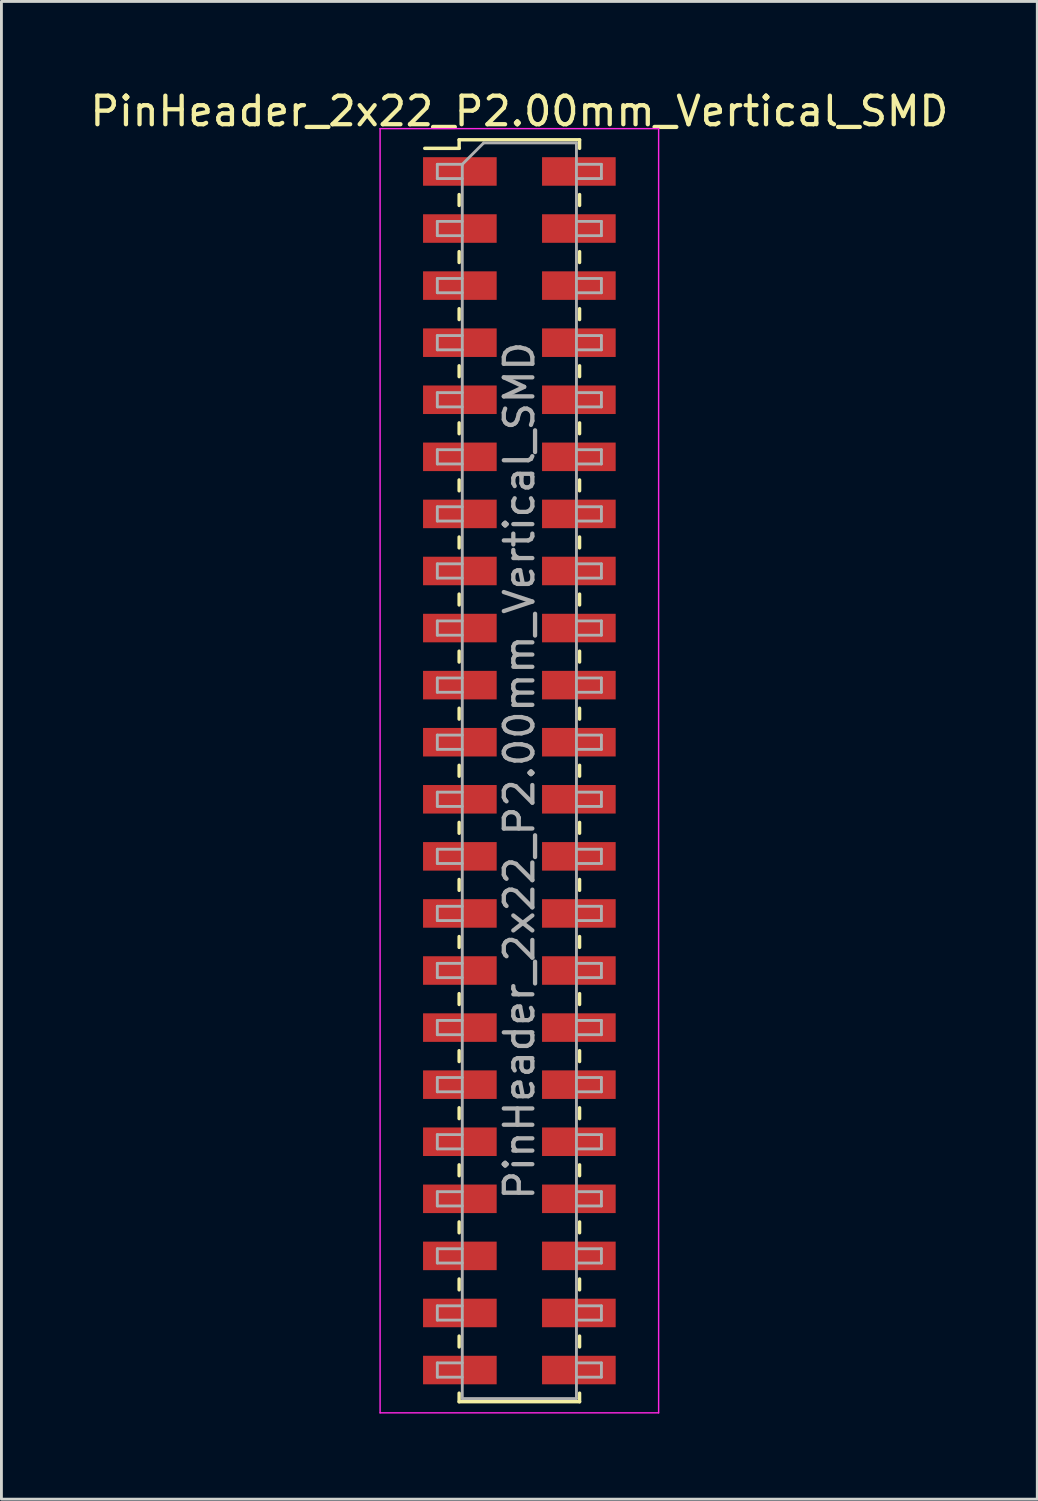
<source format=kicad_pcb>
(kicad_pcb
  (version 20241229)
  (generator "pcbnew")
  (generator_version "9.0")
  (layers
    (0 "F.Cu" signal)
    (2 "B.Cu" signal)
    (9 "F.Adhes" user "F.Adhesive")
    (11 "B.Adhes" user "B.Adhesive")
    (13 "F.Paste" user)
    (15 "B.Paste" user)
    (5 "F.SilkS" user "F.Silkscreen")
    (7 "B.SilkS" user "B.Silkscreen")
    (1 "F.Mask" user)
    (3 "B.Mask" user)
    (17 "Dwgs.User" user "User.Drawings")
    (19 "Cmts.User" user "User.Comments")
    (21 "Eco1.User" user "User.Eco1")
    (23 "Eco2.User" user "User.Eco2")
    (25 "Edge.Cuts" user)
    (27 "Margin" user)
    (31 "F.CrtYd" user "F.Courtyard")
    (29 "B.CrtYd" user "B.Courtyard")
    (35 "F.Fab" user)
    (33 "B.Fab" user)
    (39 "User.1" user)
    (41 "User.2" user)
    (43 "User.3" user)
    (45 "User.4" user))
  (footprint "PinHeader_2x22_P2.00mm_Vertical_SMD"
    (layer "F.Cu")
    (at 15.149 23.958)
    (property "Reference" "PinHeader_2x22_P2.00mm_Vertical_SMD" (at 0 -23.11 0) (layer "F.SilkS") (effects (font (size 1 1) (thickness 0.15))))
    (attr smd)
    (fp_line (start -3.315 -21.81) (end -2.11 -21.81) (stroke (width 0.12) (type solid)) (layer "F.SilkS"))
    (fp_line (start -2.11 -22.11) (end -2.11 -21.81) (stroke (width 0.12) (type solid)) (layer "F.SilkS"))
    (fp_line (start -2.11 -22.11) (end 2.11 -22.11) (stroke (width 0.12) (type solid)) (layer "F.SilkS"))
    (fp_line (start -2.11 -20.19) (end -2.11 -19.81) (stroke (width 0.12) (type solid)) (layer "F.SilkS"))
    (fp_line (start -2.11 -18.19) (end -2.11 -17.81) (stroke (width 0.12) (type solid)) (layer "F.SilkS"))
    (fp_line (start -2.11 -16.19) (end -2.11 -15.81) (stroke (width 0.12) (type solid)) (layer "F.SilkS"))
    (fp_line (start -2.11 -14.19) (end -2.11 -13.81) (stroke (width 0.12) (type solid)) (layer "F.SilkS"))
    (fp_line (start -2.11 -12.19) (end -2.11 -11.81) (stroke (width 0.12) (type solid)) (layer "F.SilkS"))
    (fp_line (start -2.11 -10.19) (end -2.11 -9.81) (stroke (width 0.12) (type solid)) (layer "F.SilkS"))
    (fp_line (start -2.11 -8.19) (end -2.11 -7.81) (stroke (width 0.12) (type solid)) (layer "F.SilkS"))
    (fp_line (start -2.11 -6.19) (end -2.11 -5.81) (stroke (width 0.12) (type solid)) (layer "F.SilkS"))
    (fp_line (start -2.11 -4.19) (end -2.11 -3.81) (stroke (width 0.12) (type solid)) (layer "F.SilkS"))
    (fp_line (start -2.11 -2.19) (end -2.11 -1.81) (stroke (width 0.12) (type solid)) (layer "F.SilkS"))
    (fp_line (start -2.11 -0.19) (end -2.11 0.19) (stroke (width 0.12) (type solid)) (layer "F.SilkS"))
    (fp_line (start -2.11 1.81) (end -2.11 2.19) (stroke (width 0.12) (type solid)) (layer "F.SilkS"))
    (fp_line (start -2.11 3.81) (end -2.11 4.19) (stroke (width 0.12) (type solid)) (layer "F.SilkS"))
    (fp_line (start -2.11 5.81) (end -2.11 6.19) (stroke (width 0.12) (type solid)) (layer "F.SilkS"))
    (fp_line (start -2.11 7.81) (end -2.11 8.19) (stroke (width 0.12) (type solid)) (layer "F.SilkS"))
    (fp_line (start -2.11 9.81) (end -2.11 10.19) (stroke (width 0.12) (type solid)) (layer "F.SilkS"))
    (fp_line (start -2.11 11.81) (end -2.11 12.19) (stroke (width 0.12) (type solid)) (layer "F.SilkS"))
    (fp_line (start -2.11 13.81) (end -2.11 14.19) (stroke (width 0.12) (type solid)) (layer "F.SilkS"))
    (fp_line (start -2.11 15.81) (end -2.11 16.19) (stroke (width 0.12) (type solid)) (layer "F.SilkS"))
    (fp_line (start -2.11 17.81) (end -2.11 18.19) (stroke (width 0.12) (type solid)) (layer "F.SilkS"))
    (fp_line (start -2.11 19.81) (end -2.11 20.19) (stroke (width 0.12) (type solid)) (layer "F.SilkS"))
    (fp_line (start -2.11 21.81) (end -2.11 22.11) (stroke (width 0.12) (type solid)) (layer "F.SilkS"))
    (fp_line (start -2.11 22.11) (end 2.11 22.11) (stroke (width 0.12) (type solid)) (layer "F.SilkS"))
    (fp_line (start 2.11 -22.11) (end 2.11 -21.81) (stroke (width 0.12) (type solid)) (layer "F.SilkS"))
    (fp_line (start 2.11 -20.19) (end 2.11 -19.81) (stroke (width 0.12) (type solid)) (layer "F.SilkS"))
    (fp_line (start 2.11 -18.19) (end 2.11 -17.81) (stroke (width 0.12) (type solid)) (layer "F.SilkS"))
    (fp_line (start 2.11 -16.19) (end 2.11 -15.81) (stroke (width 0.12) (type solid)) (layer "F.SilkS"))
    (fp_line (start 2.11 -14.19) (end 2.11 -13.81) (stroke (width 0.12) (type solid)) (layer "F.SilkS"))
    (fp_line (start 2.11 -12.19) (end 2.11 -11.81) (stroke (width 0.12) (type solid)) (layer "F.SilkS"))
    (fp_line (start 2.11 -10.19) (end 2.11 -9.81) (stroke (width 0.12) (type solid)) (layer "F.SilkS"))
    (fp_line (start 2.11 -8.19) (end 2.11 -7.81) (stroke (width 0.12) (type solid)) (layer "F.SilkS"))
    (fp_line (start 2.11 -6.19) (end 2.11 -5.81) (stroke (width 0.12) (type solid)) (layer "F.SilkS"))
    (fp_line (start 2.11 -4.19) (end 2.11 -3.81) (stroke (width 0.12) (type solid)) (layer "F.SilkS"))
    (fp_line (start 2.11 -2.19) (end 2.11 -1.81) (stroke (width 0.12) (type solid)) (layer "F.SilkS"))
    (fp_line (start 2.11 -0.19) (end 2.11 0.19) (stroke (width 0.12) (type solid)) (layer "F.SilkS"))
    (fp_line (start 2.11 1.81) (end 2.11 2.19) (stroke (width 0.12) (type solid)) (layer "F.SilkS"))
    (fp_line (start 2.11 3.81) (end 2.11 4.19) (stroke (width 0.12) (type solid)) (layer "F.SilkS"))
    (fp_line (start 2.11 5.81) (end 2.11 6.19) (stroke (width 0.12) (type solid)) (layer "F.SilkS"))
    (fp_line (start 2.11 7.81) (end 2.11 8.19) (stroke (width 0.12) (type solid)) (layer "F.SilkS"))
    (fp_line (start 2.11 9.81) (end 2.11 10.19) (stroke (width 0.12) (type solid)) (layer "F.SilkS"))
    (fp_line (start 2.11 11.81) (end 2.11 12.19) (stroke (width 0.12) (type solid)) (layer "F.SilkS"))
    (fp_line (start 2.11 13.81) (end 2.11 14.19) (stroke (width 0.12) (type solid)) (layer "F.SilkS"))
    (fp_line (start 2.11 15.81) (end 2.11 16.19) (stroke (width 0.12) (type solid)) (layer "F.SilkS"))
    (fp_line (start 2.11 17.81) (end 2.11 18.19) (stroke (width 0.12) (type solid)) (layer "F.SilkS"))
    (fp_line (start 2.11 19.81) (end 2.11 20.19) (stroke (width 0.12) (type solid)) (layer "F.SilkS"))
    (fp_line (start 2.11 21.81) (end 2.11 22.11) (stroke (width 0.12) (type solid)) (layer "F.SilkS"))
    (fp_line (start -4.88 -22.5) (end -4.88 22.5) (stroke (width 0.05) (type solid)) (layer "F.CrtYd"))
    (fp_line (start -4.88 22.5) (end 4.88 22.5) (stroke (width 0.05) (type solid)) (layer "F.CrtYd"))
    (fp_line (start 4.88 -22.5) (end -4.88 -22.5) (stroke (width 0.05) (type solid)) (layer "F.CrtYd"))
    (fp_line (start 4.88 22.5) (end 4.88 -22.5) (stroke (width 0.05) (type solid)) (layer "F.CrtYd"))
    (fp_line (start -2.875 -21.25) (end -2.875 -20.75) (stroke (width 0.1) (type solid)) (layer "F.Fab"))
    (fp_line (start -2.875 -20.75) (end -2 -20.75) (stroke (width 0.1) (type solid)) (layer "F.Fab"))
    (fp_line (start -2.875 -19.25) (end -2.875 -18.75) (stroke (width 0.1) (type solid)) (layer "F.Fab"))
    (fp_line (start -2.875 -18.75) (end -2 -18.75) (stroke (width 0.1) (type solid)) (layer "F.Fab"))
    (fp_line (start -2.875 -17.25) (end -2.875 -16.75) (stroke (width 0.1) (type solid)) (layer "F.Fab"))
    (fp_line (start -2.875 -16.75) (end -2 -16.75) (stroke (width 0.1) (type solid)) (layer "F.Fab"))
    (fp_line (start -2.875 -15.25) (end -2.875 -14.75) (stroke (width 0.1) (type solid)) (layer "F.Fab"))
    (fp_line (start -2.875 -14.75) (end -2 -14.75) (stroke (width 0.1) (type solid)) (layer "F.Fab"))
    (fp_line (start -2.875 -13.25) (end -2.875 -12.75) (stroke (width 0.1) (type solid)) (layer "F.Fab"))
    (fp_line (start -2.875 -12.75) (end -2 -12.75) (stroke (width 0.1) (type solid)) (layer "F.Fab"))
    (fp_line (start -2.875 -11.25) (end -2.875 -10.75) (stroke (width 0.1) (type solid)) (layer "F.Fab"))
    (fp_line (start -2.875 -10.75) (end -2 -10.75) (stroke (width 0.1) (type solid)) (layer "F.Fab"))
    (fp_line (start -2.875 -9.25) (end -2.875 -8.75) (stroke (width 0.1) (type solid)) (layer "F.Fab"))
    (fp_line (start -2.875 -8.75) (end -2 -8.75) (stroke (width 0.1) (type solid)) (layer "F.Fab"))
    (fp_line (start -2.875 -7.25) (end -2.875 -6.75) (stroke (width 0.1) (type solid)) (layer "F.Fab"))
    (fp_line (start -2.875 -6.75) (end -2 -6.75) (stroke (width 0.1) (type solid)) (layer "F.Fab"))
    (fp_line (start -2.875 -5.25) (end -2.875 -4.75) (stroke (width 0.1) (type solid)) (layer "F.Fab"))
    (fp_line (start -2.875 -4.75) (end -2 -4.75) (stroke (width 0.1) (type solid)) (layer "F.Fab"))
    (fp_line (start -2.875 -3.25) (end -2.875 -2.75) (stroke (width 0.1) (type solid)) (layer "F.Fab"))
    (fp_line (start -2.875 -2.75) (end -2 -2.75) (stroke (width 0.1) (type solid)) (layer "F.Fab"))
    (fp_line (start -2.875 -1.25) (end -2.875 -0.75) (stroke (width 0.1) (type solid)) (layer "F.Fab"))
    (fp_line (start -2.875 -0.75) (end -2 -0.75) (stroke (width 0.1) (type solid)) (layer "F.Fab"))
    (fp_line (start -2.875 0.75) (end -2.875 1.25) (stroke (width 0.1) (type solid)) (layer "F.Fab"))
    (fp_line (start -2.875 1.25) (end -2 1.25) (stroke (width 0.1) (type solid)) (layer "F.Fab"))
    (fp_line (start -2.875 2.75) (end -2.875 3.25) (stroke (width 0.1) (type solid)) (layer "F.Fab"))
    (fp_line (start -2.875 3.25) (end -2 3.25) (stroke (width 0.1) (type solid)) (layer "F.Fab"))
    (fp_line (start -2.875 4.75) (end -2.875 5.25) (stroke (width 0.1) (type solid)) (layer "F.Fab"))
    (fp_line (start -2.875 5.25) (end -2 5.25) (stroke (width 0.1) (type solid)) (layer "F.Fab"))
    (fp_line (start -2.875 6.75) (end -2.875 7.25) (stroke (width 0.1) (type solid)) (layer "F.Fab"))
    (fp_line (start -2.875 7.25) (end -2 7.25) (stroke (width 0.1) (type solid)) (layer "F.Fab"))
    (fp_line (start -2.875 8.75) (end -2.875 9.25) (stroke (width 0.1) (type solid)) (layer "F.Fab"))
    (fp_line (start -2.875 9.25) (end -2 9.25) (stroke (width 0.1) (type solid)) (layer "F.Fab"))
    (fp_line (start -2.875 10.75) (end -2.875 11.25) (stroke (width 0.1) (type solid)) (layer "F.Fab"))
    (fp_line (start -2.875 11.25) (end -2 11.25) (stroke (width 0.1) (type solid)) (layer "F.Fab"))
    (fp_line (start -2.875 12.75) (end -2.875 13.25) (stroke (width 0.1) (type solid)) (layer "F.Fab"))
    (fp_line (start -2.875 13.25) (end -2 13.25) (stroke (width 0.1) (type solid)) (layer "F.Fab"))
    (fp_line (start -2.875 14.75) (end -2.875 15.25) (stroke (width 0.1) (type solid)) (layer "F.Fab"))
    (fp_line (start -2.875 15.25) (end -2 15.25) (stroke (width 0.1) (type solid)) (layer "F.Fab"))
    (fp_line (start -2.875 16.75) (end -2.875 17.25) (stroke (width 0.1) (type solid)) (layer "F.Fab"))
    (fp_line (start -2.875 17.25) (end -2 17.25) (stroke (width 0.1) (type solid)) (layer "F.Fab"))
    (fp_line (start -2.875 18.75) (end -2.875 19.25) (stroke (width 0.1) (type solid)) (layer "F.Fab"))
    (fp_line (start -2.875 19.25) (end -2 19.25) (stroke (width 0.1) (type solid)) (layer "F.Fab"))
    (fp_line (start -2.875 20.75) (end -2.875 21.25) (stroke (width 0.1) (type solid)) (layer "F.Fab"))
    (fp_line (start -2.875 21.25) (end -2 21.25) (stroke (width 0.1) (type solid)) (layer "F.Fab"))
    (fp_line (start -2 -21.25) (end -2.875 -21.25) (stroke (width 0.1) (type solid)) (layer "F.Fab"))
    (fp_line (start -2 -21.25) (end -1.25 -22) (stroke (width 0.1) (type solid)) (layer "F.Fab"))
    (fp_line (start -2 -19.25) (end -2.875 -19.25) (stroke (width 0.1) (type solid)) (layer "F.Fab"))
    (fp_line (start -2 -17.25) (end -2.875 -17.25) (stroke (width 0.1) (type solid)) (layer "F.Fab"))
    (fp_line (start -2 -15.25) (end -2.875 -15.25) (stroke (width 0.1) (type solid)) (layer "F.Fab"))
    (fp_line (start -2 -13.25) (end -2.875 -13.25) (stroke (width 0.1) (type solid)) (layer "F.Fab"))
    (fp_line (start -2 -11.25) (end -2.875 -11.25) (stroke (width 0.1) (type solid)) (layer "F.Fab"))
    (fp_line (start -2 -9.25) (end -2.875 -9.25) (stroke (width 0.1) (type solid)) (layer "F.Fab"))
    (fp_line (start -2 -7.25) (end -2.875 -7.25) (stroke (width 0.1) (type solid)) (layer "F.Fab"))
    (fp_line (start -2 -5.25) (end -2.875 -5.25) (stroke (width 0.1) (type solid)) (layer "F.Fab"))
    (fp_line (start -2 -3.25) (end -2.875 -3.25) (stroke (width 0.1) (type solid)) (layer "F.Fab"))
    (fp_line (start -2 -1.25) (end -2.875 -1.25) (stroke (width 0.1) (type solid)) (layer "F.Fab"))
    (fp_line (start -2 0.75) (end -2.875 0.75) (stroke (width 0.1) (type solid)) (layer "F.Fab"))
    (fp_line (start -2 2.75) (end -2.875 2.75) (stroke (width 0.1) (type solid)) (layer "F.Fab"))
    (fp_line (start -2 4.75) (end -2.875 4.75) (stroke (width 0.1) (type solid)) (layer "F.Fab"))
    (fp_line (start -2 6.75) (end -2.875 6.75) (stroke (width 0.1) (type solid)) (layer "F.Fab"))
    (fp_line (start -2 8.75) (end -2.875 8.75) (stroke (width 0.1) (type solid)) (layer "F.Fab"))
    (fp_line (start -2 10.75) (end -2.875 10.75) (stroke (width 0.1) (type solid)) (layer "F.Fab"))
    (fp_line (start -2 12.75) (end -2.875 12.75) (stroke (width 0.1) (type solid)) (layer "F.Fab"))
    (fp_line (start -2 14.75) (end -2.875 14.75) (stroke (width 0.1) (type solid)) (layer "F.Fab"))
    (fp_line (start -2 16.75) (end -2.875 16.75) (stroke (width 0.1) (type solid)) (layer "F.Fab"))
    (fp_line (start -2 18.75) (end -2.875 18.75) (stroke (width 0.1) (type solid)) (layer "F.Fab"))
    (fp_line (start -2 20.75) (end -2.875 20.75) (stroke (width 0.1) (type solid)) (layer "F.Fab"))
    (fp_line (start -2 22) (end -2 -21.25) (stroke (width 0.1) (type solid)) (layer "F.Fab"))
    (fp_line (start -1.25 -22) (end 2 -22) (stroke (width 0.1) (type solid)) (layer "F.Fab"))
    (fp_line (start 2 -22) (end 2 22) (stroke (width 0.1) (type solid)) (layer "F.Fab"))
    (fp_line (start 2 -21.25) (end 2.875 -21.25) (stroke (width 0.1) (type solid)) (layer "F.Fab"))
    (fp_line (start 2 -19.25) (end 2.875 -19.25) (stroke (width 0.1) (type solid)) (layer "F.Fab"))
    (fp_line (start 2 -17.25) (end 2.875 -17.25) (stroke (width 0.1) (type solid)) (layer "F.Fab"))
    (fp_line (start 2 -15.25) (end 2.875 -15.25) (stroke (width 0.1) (type solid)) (layer "F.Fab"))
    (fp_line (start 2 -13.25) (end 2.875 -13.25) (stroke (width 0.1) (type solid)) (layer "F.Fab"))
    (fp_line (start 2 -11.25) (end 2.875 -11.25) (stroke (width 0.1) (type solid)) (layer "F.Fab"))
    (fp_line (start 2 -9.25) (end 2.875 -9.25) (stroke (width 0.1) (type solid)) (layer "F.Fab"))
    (fp_line (start 2 -7.25) (end 2.875 -7.25) (stroke (width 0.1) (type solid)) (layer "F.Fab"))
    (fp_line (start 2 -5.25) (end 2.875 -5.25) (stroke (width 0.1) (type solid)) (layer "F.Fab"))
    (fp_line (start 2 -3.25) (end 2.875 -3.25) (stroke (width 0.1) (type solid)) (layer "F.Fab"))
    (fp_line (start 2 -1.25) (end 2.875 -1.25) (stroke (width 0.1) (type solid)) (layer "F.Fab"))
    (fp_line (start 2 0.75) (end 2.875 0.75) (stroke (width 0.1) (type solid)) (layer "F.Fab"))
    (fp_line (start 2 2.75) (end 2.875 2.75) (stroke (width 0.1) (type solid)) (layer "F.Fab"))
    (fp_line (start 2 4.75) (end 2.875 4.75) (stroke (width 0.1) (type solid)) (layer "F.Fab"))
    (fp_line (start 2 6.75) (end 2.875 6.75) (stroke (width 0.1) (type solid)) (layer "F.Fab"))
    (fp_line (start 2 8.75) (end 2.875 8.75) (stroke (width 0.1) (type solid)) (layer "F.Fab"))
    (fp_line (start 2 10.75) (end 2.875 10.75) (stroke (width 0.1) (type solid)) (layer "F.Fab"))
    (fp_line (start 2 12.75) (end 2.875 12.75) (stroke (width 0.1) (type solid)) (layer "F.Fab"))
    (fp_line (start 2 14.75) (end 2.875 14.75) (stroke (width 0.1) (type solid)) (layer "F.Fab"))
    (fp_line (start 2 16.75) (end 2.875 16.75) (stroke (width 0.1) (type solid)) (layer "F.Fab"))
    (fp_line (start 2 18.75) (end 2.875 18.75) (stroke (width 0.1) (type solid)) (layer "F.Fab"))
    (fp_line (start 2 20.75) (end 2.875 20.75) (stroke (width 0.1) (type solid)) (layer "F.Fab"))
    (fp_line (start 2 22) (end -2 22) (stroke (width 0.1) (type solid)) (layer "F.Fab"))
    (fp_line (start 2.875 -21.25) (end 2.875 -20.75) (stroke (width 0.1) (type solid)) (layer "F.Fab"))
    (fp_line (start 2.875 -20.75) (end 2 -20.75) (stroke (width 0.1) (type solid)) (layer "F.Fab"))
    (fp_line (start 2.875 -19.25) (end 2.875 -18.75) (stroke (width 0.1) (type solid)) (layer "F.Fab"))
    (fp_line (start 2.875 -18.75) (end 2 -18.75) (stroke (width 0.1) (type solid)) (layer "F.Fab"))
    (fp_line (start 2.875 -17.25) (end 2.875 -16.75) (stroke (width 0.1) (type solid)) (layer "F.Fab"))
    (fp_line (start 2.875 -16.75) (end 2 -16.75) (stroke (width 0.1) (type solid)) (layer "F.Fab"))
    (fp_line (start 2.875 -15.25) (end 2.875 -14.75) (stroke (width 0.1) (type solid)) (layer "F.Fab"))
    (fp_line (start 2.875 -14.75) (end 2 -14.75) (stroke (width 0.1) (type solid)) (layer "F.Fab"))
    (fp_line (start 2.875 -13.25) (end 2.875 -12.75) (stroke (width 0.1) (type solid)) (layer "F.Fab"))
    (fp_line (start 2.875 -12.75) (end 2 -12.75) (stroke (width 0.1) (type solid)) (layer "F.Fab"))
    (fp_line (start 2.875 -11.25) (end 2.875 -10.75) (stroke (width 0.1) (type solid)) (layer "F.Fab"))
    (fp_line (start 2.875 -10.75) (end 2 -10.75) (stroke (width 0.1) (type solid)) (layer "F.Fab"))
    (fp_line (start 2.875 -9.25) (end 2.875 -8.75) (stroke (width 0.1) (type solid)) (layer "F.Fab"))
    (fp_line (start 2.875 -8.75) (end 2 -8.75) (stroke (width 0.1) (type solid)) (layer "F.Fab"))
    (fp_line (start 2.875 -7.25) (end 2.875 -6.75) (stroke (width 0.1) (type solid)) (layer "F.Fab"))
    (fp_line (start 2.875 -6.75) (end 2 -6.75) (stroke (width 0.1) (type solid)) (layer "F.Fab"))
    (fp_line (start 2.875 -5.25) (end 2.875 -4.75) (stroke (width 0.1) (type solid)) (layer "F.Fab"))
    (fp_line (start 2.875 -4.75) (end 2 -4.75) (stroke (width 0.1) (type solid)) (layer "F.Fab"))
    (fp_line (start 2.875 -3.25) (end 2.875 -2.75) (stroke (width 0.1) (type solid)) (layer "F.Fab"))
    (fp_line (start 2.875 -2.75) (end 2 -2.75) (stroke (width 0.1) (type solid)) (layer "F.Fab"))
    (fp_line (start 2.875 -1.25) (end 2.875 -0.75) (stroke (width 0.1) (type solid)) (layer "F.Fab"))
    (fp_line (start 2.875 -0.75) (end 2 -0.75) (stroke (width 0.1) (type solid)) (layer "F.Fab"))
    (fp_line (start 2.875 0.75) (end 2.875 1.25) (stroke (width 0.1) (type solid)) (layer "F.Fab"))
    (fp_line (start 2.875 1.25) (end 2 1.25) (stroke (width 0.1) (type solid)) (layer "F.Fab"))
    (fp_line (start 2.875 2.75) (end 2.875 3.25) (stroke (width 0.1) (type solid)) (layer "F.Fab"))
    (fp_line (start 2.875 3.25) (end 2 3.25) (stroke (width 0.1) (type solid)) (layer "F.Fab"))
    (fp_line (start 2.875 4.75) (end 2.875 5.25) (stroke (width 0.1) (type solid)) (layer "F.Fab"))
    (fp_line (start 2.875 5.25) (end 2 5.25) (stroke (width 0.1) (type solid)) (layer "F.Fab"))
    (fp_line (start 2.875 6.75) (end 2.875 7.25) (stroke (width 0.1) (type solid)) (layer "F.Fab"))
    (fp_line (start 2.875 7.25) (end 2 7.25) (stroke (width 0.1) (type solid)) (layer "F.Fab"))
    (fp_line (start 2.875 8.75) (end 2.875 9.25) (stroke (width 0.1) (type solid)) (layer "F.Fab"))
    (fp_line (start 2.875 9.25) (end 2 9.25) (stroke (width 0.1) (type solid)) (layer "F.Fab"))
    (fp_line (start 2.875 10.75) (end 2.875 11.25) (stroke (width 0.1) (type solid)) (layer "F.Fab"))
    (fp_line (start 2.875 11.25) (end 2 11.25) (stroke (width 0.1) (type solid)) (layer "F.Fab"))
    (fp_line (start 2.875 12.75) (end 2.875 13.25) (stroke (width 0.1) (type solid)) (layer "F.Fab"))
    (fp_line (start 2.875 13.25) (end 2 13.25) (stroke (width 0.1) (type solid)) (layer "F.Fab"))
    (fp_line (start 2.875 14.75) (end 2.875 15.25) (stroke (width 0.1) (type solid)) (layer "F.Fab"))
    (fp_line (start 2.875 15.25) (end 2 15.25) (stroke (width 0.1) (type solid)) (layer "F.Fab"))
    (fp_line (start 2.875 16.75) (end 2.875 17.25) (stroke (width 0.1) (type solid)) (layer "F.Fab"))
    (fp_line (start 2.875 17.25) (end 2 17.25) (stroke (width 0.1) (type solid)) (layer "F.Fab"))
    (fp_line (start 2.875 18.75) (end 2.875 19.25) (stroke (width 0.1) (type solid)) (layer "F.Fab"))
    (fp_line (start 2.875 19.25) (end 2 19.25) (stroke (width 0.1) (type solid)) (layer "F.Fab"))
    (fp_line (start 2.875 20.75) (end 2.875 21.25) (stroke (width 0.1) (type solid)) (layer "F.Fab"))
    (fp_line (start 2.875 21.25) (end 2 21.25) (stroke (width 0.1) (type solid)) (layer "F.Fab"))
    (fp_text user "${REFERENCE}" (at 0 0 90) (layer "F.Fab") (effects (font (size 1 1) (thickness 0.15))))
    (pad "1" smd rect (at -2.085 -21) (size 2.58 1) (layers "F.Cu" "F.Mask" "F.Paste"))
    (pad "2" smd rect (at 2.085 -21) (size 2.58 1) (layers "F.Cu" "F.Mask" "F.Paste"))
    (pad "3" smd rect (at -2.085 -19) (size 2.58 1) (layers "F.Cu" "F.Mask" "F.Paste"))
    (pad "4" smd rect (at 2.085 -19) (size 2.58 1) (layers "F.Cu" "F.Mask" "F.Paste"))
    (pad "5" smd rect (at -2.085 -17) (size 2.58 1) (layers "F.Cu" "F.Mask" "F.Paste"))
    (pad "6" smd rect (at 2.085 -17) (size 2.58 1) (layers "F.Cu" "F.Mask" "F.Paste"))
    (pad "7" smd rect (at -2.085 -15) (size 2.58 1) (layers "F.Cu" "F.Mask" "F.Paste"))
    (pad "8" smd rect (at 2.085 -15) (size 2.58 1) (layers "F.Cu" "F.Mask" "F.Paste"))
    (pad "9" smd rect (at -2.085 -13) (size 2.58 1) (layers "F.Cu" "F.Mask" "F.Paste"))
    (pad "10" smd rect (at 2.085 -13) (size 2.58 1) (layers "F.Cu" "F.Mask" "F.Paste"))
    (pad "11" smd rect (at -2.085 -11) (size 2.58 1) (layers "F.Cu" "F.Mask" "F.Paste"))
    (pad "12" smd rect (at 2.085 -11) (size 2.58 1) (layers "F.Cu" "F.Mask" "F.Paste"))
    (pad "13" smd rect (at -2.085 -9) (size 2.58 1) (layers "F.Cu" "F.Mask" "F.Paste"))
    (pad "14" smd rect (at 2.085 -9) (size 2.58 1) (layers "F.Cu" "F.Mask" "F.Paste"))
    (pad "15" smd rect (at -2.085 -7) (size 2.58 1) (layers "F.Cu" "F.Mask" "F.Paste"))
    (pad "16" smd rect (at 2.085 -7) (size 2.58 1) (layers "F.Cu" "F.Mask" "F.Paste"))
    (pad "17" smd rect (at -2.085 -5) (size 2.58 1) (layers "F.Cu" "F.Mask" "F.Paste"))
    (pad "18" smd rect (at 2.085 -5) (size 2.58 1) (layers "F.Cu" "F.Mask" "F.Paste"))
    (pad "19" smd rect (at -2.085 -3) (size 2.58 1) (layers "F.Cu" "F.Mask" "F.Paste"))
    (pad "20" smd rect (at 2.085 -3) (size 2.58 1) (layers "F.Cu" "F.Mask" "F.Paste"))
    (pad "21" smd rect (at -2.085 -1) (size 2.58 1) (layers "F.Cu" "F.Mask" "F.Paste"))
    (pad "22" smd rect (at 2.085 -1) (size 2.58 1) (layers "F.Cu" "F.Mask" "F.Paste"))
    (pad "23" smd rect (at -2.085 1) (size 2.58 1) (layers "F.Cu" "F.Mask" "F.Paste"))
    (pad "24" smd rect (at 2.085 1) (size 2.58 1) (layers "F.Cu" "F.Mask" "F.Paste"))
    (pad "25" smd rect (at -2.085 3) (size 2.58 1) (layers "F.Cu" "F.Mask" "F.Paste"))
    (pad "26" smd rect (at 2.085 3) (size 2.58 1) (layers "F.Cu" "F.Mask" "F.Paste"))
    (pad "27" smd rect (at -2.085 5) (size 2.58 1) (layers "F.Cu" "F.Mask" "F.Paste"))
    (pad "28" smd rect (at 2.085 5) (size 2.58 1) (layers "F.Cu" "F.Mask" "F.Paste"))
    (pad "29" smd rect (at -2.085 7) (size 2.58 1) (layers "F.Cu" "F.Mask" "F.Paste"))
    (pad "30" smd rect (at 2.085 7) (size 2.58 1) (layers "F.Cu" "F.Mask" "F.Paste"))
    (pad "31" smd rect (at -2.085 9) (size 2.58 1) (layers "F.Cu" "F.Mask" "F.Paste"))
    (pad "32" smd rect (at 2.085 9) (size 2.58 1) (layers "F.Cu" "F.Mask" "F.Paste"))
    (pad "33" smd rect (at -2.085 11) (size 2.58 1) (layers "F.Cu" "F.Mask" "F.Paste"))
    (pad "34" smd rect (at 2.085 11) (size 2.58 1) (layers "F.Cu" "F.Mask" "F.Paste"))
    (pad "35" smd rect (at -2.085 13) (size 2.58 1) (layers "F.Cu" "F.Mask" "F.Paste"))
    (pad "36" smd rect (at 2.085 13) (size 2.58 1) (layers "F.Cu" "F.Mask" "F.Paste"))
    (pad "37" smd rect (at -2.085 15) (size 2.58 1) (layers "F.Cu" "F.Mask" "F.Paste"))
    (pad "38" smd rect (at 2.085 15) (size 2.58 1) (layers "F.Cu" "F.Mask" "F.Paste"))
    (pad "39" smd rect (at -2.085 17) (size 2.58 1) (layers "F.Cu" "F.Mask" "F.Paste"))
    (pad "40" smd rect (at 2.085 17) (size 2.58 1) (layers "F.Cu" "F.Mask" "F.Paste"))
    (pad "41" smd rect (at -2.085 19) (size 2.58 1) (layers "F.Cu" "F.Mask" "F.Paste"))
    (pad "42" smd rect (at 2.085 19) (size 2.58 1) (layers "F.Cu" "F.Mask" "F.Paste"))
    (pad "43" smd rect (at -2.085 21) (size 2.58 1) (layers "F.Cu" "F.Mask" "F.Paste"))
    (pad "44" smd rect (at 2.085 21) (size 2.58 1) (layers "F.Cu" "F.Mask" "F.Paste")))
  (gr_rect
    (start -3 -3)
    (end 33.298 49.483)
    (stroke (width 0.1) (type default))
    (fill no)
    (layer "Edge.Cuts")))
</source>
